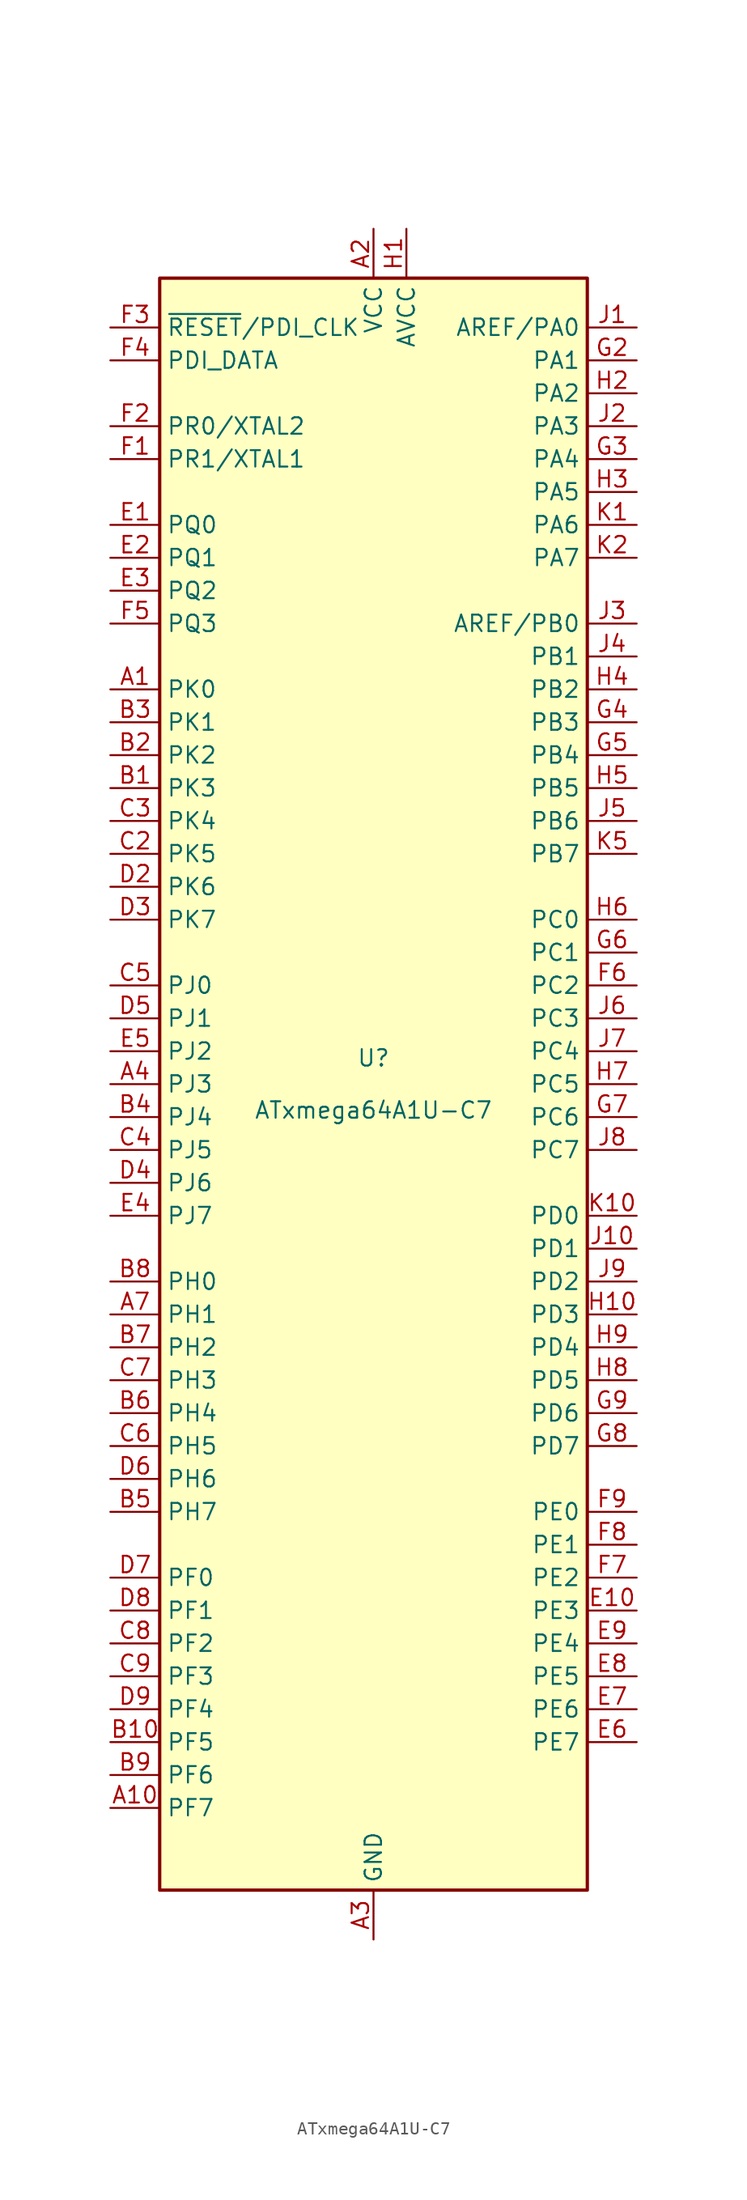
<source format=kicad_sym>
(kicad_symbol_lib
  (version 20241209)
  (generator "kicad_symbol_editor")
  (generator_version "9.0")
  (symbol "ATxmega64A1U-C7"
    (property "Reference" "U"
      (at 0 1.27 0)
      (effects (font (size 1.27 1.27)) (justify bottom)))
    (property "Value" "ATxmega64A1U-C7"
      (at 0 -1.27 0)
      (effects (font (size 1.27 1.27)) (justify top)))
    (symbol "ATxmega64A1U-C7_0_1"
      (rectangle (start -16.51 -62.23) (end 16.51 62.23) (stroke (width 0.254) (type default)) (fill (type background))))
    (symbol "ATxmega64A1U-C7_1_1"
      (pin input line (at -20.32 58.42 0) (length 3.81) (name "~{RESET}/PDI_CLK" (effects (font (size 1.27 1.27)))) (number "F3" (effects (font (size 1.27 1.27)))))
      (pin bidirectional line (at -20.32 55.88 0) (length 3.81) (name "PDI_DATA" (effects (font (size 1.27 1.27)))) (number "F4" (effects (font (size 1.27 1.27)))))
      (pin bidirectional line (at -20.32 50.8 0) (length 3.81) (name "PR0/XTAL2" (effects (font (size 1.27 1.27)))) (number "F2" (effects (font (size 1.27 1.27)))))
      (pin bidirectional line (at -20.32 48.26 0) (length 3.81) (name "PR1/XTAL1" (effects (font (size 1.27 1.27)))) (number "F1" (effects (font (size 1.27 1.27)))))
      (pin bidirectional line (at -20.32 43.18 0) (length 3.81) (name "PQ0" (effects (font (size 1.27 1.27)))) (number "E1" (effects (font (size 1.27 1.27)))))
      (pin bidirectional line (at -20.32 40.64 0) (length 3.81) (name "PQ1" (effects (font (size 1.27 1.27)))) (number "E2" (effects (font (size 1.27 1.27)))))
      (pin bidirectional line (at -20.32 38.1 0) (length 3.81) (name "PQ2" (effects (font (size 1.27 1.27)))) (number "E3" (effects (font (size 1.27 1.27)))))
      (pin bidirectional line (at -20.32 35.56 0) (length 3.81) (name "PQ3" (effects (font (size 1.27 1.27)))) (number "F5" (effects (font (size 1.27 1.27)))))
      (pin bidirectional line (at -20.32 30.48 0) (length 3.81) (name "PK0" (effects (font (size 1.27 1.27)))) (number "A1" (effects (font (size 1.27 1.27)))))
      (pin bidirectional line (at -20.32 27.94 0) (length 3.81) (name "PK1" (effects (font (size 1.27 1.27)))) (number "B3" (effects (font (size 1.27 1.27)))))
      (pin bidirectional line (at -20.32 25.4 0) (length 3.81) (name "PK2" (effects (font (size 1.27 1.27)))) (number "B2" (effects (font (size 1.27 1.27)))))
      (pin bidirectional line (at -20.32 22.86 0) (length 3.81) (name "PK3" (effects (font (size 1.27 1.27)))) (number "B1" (effects (font (size 1.27 1.27)))))
      (pin bidirectional line (at -20.32 20.32 0) (length 3.81) (name "PK4" (effects (font (size 1.27 1.27)))) (number "C3" (effects (font (size 1.27 1.27)))))
      (pin bidirectional line (at -20.32 17.78 0) (length 3.81) (name "PK5" (effects (font (size 1.27 1.27)))) (number "C2" (effects (font (size 1.27 1.27)))))
      (pin bidirectional line (at -20.32 15.24 0) (length 3.81) (name "PK6" (effects (font (size 1.27 1.27)))) (number "D2" (effects (font (size 1.27 1.27)))))
      (pin bidirectional line (at -20.32 12.7 0) (length 3.81) (name "PK7" (effects (font (size 1.27 1.27)))) (number "D3" (effects (font (size 1.27 1.27)))))
      (pin bidirectional line (at -20.32 7.62 0) (length 3.81) (name "PJ0" (effects (font (size 1.27 1.27)))) (number "C5" (effects (font (size 1.27 1.27)))))
      (pin bidirectional line (at -20.32 5.08 0) (length 3.81) (name "PJ1" (effects (font (size 1.27 1.27)))) (number "D5" (effects (font (size 1.27 1.27)))))
      (pin bidirectional line (at -20.32 2.54 0) (length 3.81) (name "PJ2" (effects (font (size 1.27 1.27)))) (number "E5" (effects (font (size 1.27 1.27)))))
      (pin bidirectional line (at -20.32 0 0) (length 3.81) (name "PJ3" (effects (font (size 1.27 1.27)))) (number "A4" (effects (font (size 1.27 1.27)))))
      (pin bidirectional line (at -20.32 -2.54 0) (length 3.81) (name "PJ4" (effects (font (size 1.27 1.27)))) (number "B4" (effects (font (size 1.27 1.27)))))
      (pin bidirectional line (at -20.32 -5.08 0) (length 3.81) (name "PJ5" (effects (font (size 1.27 1.27)))) (number "C4" (effects (font (size 1.27 1.27)))))
      (pin bidirectional line (at -20.32 -7.62 0) (length 3.81) (name "PJ6" (effects (font (size 1.27 1.27)))) (number "D4" (effects (font (size 1.27 1.27)))))
      (pin bidirectional line (at -20.32 -10.16 0) (length 3.81) (name "PJ7" (effects (font (size 1.27 1.27)))) (number "E4" (effects (font (size 1.27 1.27)))))
      (pin bidirectional line (at -20.32 -15.24 0) (length 3.81) (name "PH0" (effects (font (size 1.27 1.27)))) (number "B8" (effects (font (size 1.27 1.27)))))
      (pin bidirectional line (at -20.32 -17.78 0) (length 3.81) (name "PH1" (effects (font (size 1.27 1.27)))) (number "A7" (effects (font (size 1.27 1.27)))))
      (pin bidirectional line (at -20.32 -20.32 0) (length 3.81) (name "PH2" (effects (font (size 1.27 1.27)))) (number "B7" (effects (font (size 1.27 1.27)))))
      (pin bidirectional line (at -20.32 -22.86 0) (length 3.81) (name "PH3" (effects (font (size 1.27 1.27)))) (number "C7" (effects (font (size 1.27 1.27)))))
      (pin bidirectional line (at -20.32 -25.4 0) (length 3.81) (name "PH4" (effects (font (size 1.27 1.27)))) (number "B6" (effects (font (size 1.27 1.27)))))
      (pin bidirectional line (at -20.32 -27.94 0) (length 3.81) (name "PH5" (effects (font (size 1.27 1.27)))) (number "C6" (effects (font (size 1.27 1.27)))))
      (pin bidirectional line (at -20.32 -30.48 0) (length 3.81) (name "PH6" (effects (font (size 1.27 1.27)))) (number "D6" (effects (font (size 1.27 1.27)))))
      (pin bidirectional line (at -20.32 -33.02 0) (length 3.81) (name "PH7" (effects (font (size 1.27 1.27)))) (number "B5" (effects (font (size 1.27 1.27)))))
      (pin bidirectional line (at -20.32 -38.1 0) (length 3.81) (name "PF0" (effects (font (size 1.27 1.27)))) (number "D7" (effects (font (size 1.27 1.27)))))
      (pin bidirectional line (at -20.32 -40.64 0) (length 3.81) (name "PF1" (effects (font (size 1.27 1.27)))) (number "D8" (effects (font (size 1.27 1.27)))))
      (pin bidirectional line (at -20.32 -43.18 0) (length 3.81) (name "PF2" (effects (font (size 1.27 1.27)))) (number "C8" (effects (font (size 1.27 1.27)))))
      (pin bidirectional line (at -20.32 -45.72 0) (length 3.81) (name "PF3" (effects (font (size 1.27 1.27)))) (number "C9" (effects (font (size 1.27 1.27)))))
      (pin bidirectional line (at -20.32 -48.26 0) (length 3.81) (name "PF4" (effects (font (size 1.27 1.27)))) (number "D9" (effects (font (size 1.27 1.27)))))
      (pin bidirectional line (at -20.32 -50.8 0) (length 3.81) (name "PF5" (effects (font (size 1.27 1.27)))) (number "B10" (effects (font (size 1.27 1.27)))))
      (pin bidirectional line (at -20.32 -53.34 0) (length 3.81) (name "PF6" (effects (font (size 1.27 1.27)))) (number "B9" (effects (font (size 1.27 1.27)))))
      (pin bidirectional line (at -20.32 -55.88 0) (length 3.81) (name "PF7" (effects (font (size 1.27 1.27)))) (number "A10" (effects (font (size 1.27 1.27)))))
      (pin power_in line (at 0 66.04 270) (length 3.81) (name "VCC" (effects (font (size 1.27 1.27)))) (number "A2" (effects (font (size 1.27 1.27)))))
      (pin passive line (at 0 66.04 270) (length 3.81) (hide yes) (name "VCC" (effects (font (size 1.27 1.27)))) (number "A5" (effects (font (size 1.27 1.27)))))
      (pin passive line (at 0 66.04 270) (length 3.81) (hide yes) (name "VCC" (effects (font (size 1.27 1.27)))) (number "A9" (effects (font (size 1.27 1.27)))))
      (pin passive line (at 0 66.04 270) (length 3.81) (hide yes) (name "VCC" (effects (font (size 1.27 1.27)))) (number "C1" (effects (font (size 1.27 1.27)))))
      (pin passive line (at 0 66.04 270) (length 3.81) (hide yes) (name "VCC" (effects (font (size 1.27 1.27)))) (number "C10" (effects (font (size 1.27 1.27)))))
      (pin passive line (at 0 66.04 270) (length 3.81) (hide yes) (name "VCC" (effects (font (size 1.27 1.27)))) (number "F10" (effects (font (size 1.27 1.27)))))
      (pin passive line (at 0 66.04 270) (length 3.81) (hide yes) (name "VCC" (effects (font (size 1.27 1.27)))) (number "K6" (effects (font (size 1.27 1.27)))))
      (pin passive line (at 0 66.04 270) (length 3.81) (hide yes) (name "VCC" (effects (font (size 1.27 1.27)))) (number "K8" (effects (font (size 1.27 1.27)))))
      (pin power_in line (at 0 -66.04 90) (length 3.81) (name "GND" (effects (font (size 1.27 1.27)))) (number "A3" (effects (font (size 1.27 1.27)))))
      (pin passive line (at 0 -66.04 90) (length 3.81) (hide yes) (name "GND" (effects (font (size 1.27 1.27)))) (number "A6" (effects (font (size 1.27 1.27)))))
      (pin passive line (at 0 -66.04 90) (length 3.81) (hide yes) (name "GND" (effects (font (size 1.27 1.27)))) (number "A8" (effects (font (size 1.27 1.27)))))
      (pin passive line (at 0 -66.04 90) (length 3.81) (hide yes) (name "GND" (effects (font (size 1.27 1.27)))) (number "D1" (effects (font (size 1.27 1.27)))))
      (pin passive line (at 0 -66.04 90) (length 3.81) (hide yes) (name "GND" (effects (font (size 1.27 1.27)))) (number "D10" (effects (font (size 1.27 1.27)))))
      (pin passive line (at 0 -66.04 90) (length 3.81) (hide yes) (name "GND" (effects (font (size 1.27 1.27)))) (number "G1" (effects (font (size 1.27 1.27)))))
      (pin passive line (at 0 -66.04 90) (length 3.81) (hide yes) (name "GND" (effects (font (size 1.27 1.27)))) (number "G10" (effects (font (size 1.27 1.27)))))
      (pin passive line (at 0 -66.04 90) (length 3.81) (hide yes) (name "GND" (effects (font (size 1.27 1.27)))) (number "K3" (effects (font (size 1.27 1.27)))))
      (pin passive line (at 0 -66.04 90) (length 3.81) (hide yes) (name "GND" (effects (font (size 1.27 1.27)))) (number "K7" (effects (font (size 1.27 1.27)))))
      (pin passive line (at 0 -66.04 90) (length 3.81) (hide yes) (name "GND" (effects (font (size 1.27 1.27)))) (number "K9" (effects (font (size 1.27 1.27)))))
      (pin power_in line (at 2.54 66.04 270) (length 3.81) (name "AVCC" (effects (font (size 1.27 1.27)))) (number "H1" (effects (font (size 1.27 1.27)))))
      (pin passive line (at 2.54 66.04 270) (length 3.81) (hide yes) (name "AVCC" (effects (font (size 1.27 1.27)))) (number "K4" (effects (font (size 1.27 1.27)))))
      (pin bidirectional line (at 20.32 58.42 180) (length 3.81) (name "AREF/PA0" (effects (font (size 1.27 1.27)))) (number "J1" (effects (font (size 1.27 1.27)))))
      (pin bidirectional line (at 20.32 55.88 180) (length 3.81) (name "PA1" (effects (font (size 1.27 1.27)))) (number "G2" (effects (font (size 1.27 1.27)))))
      (pin bidirectional line (at 20.32 53.34 180) (length 3.81) (name "PA2" (effects (font (size 1.27 1.27)))) (number "H2" (effects (font (size 1.27 1.27)))))
      (pin bidirectional line (at 20.32 50.8 180) (length 3.81) (name "PA3" (effects (font (size 1.27 1.27)))) (number "J2" (effects (font (size 1.27 1.27)))))
      (pin bidirectional line (at 20.32 48.26 180) (length 3.81) (name "PA4" (effects (font (size 1.27 1.27)))) (number "G3" (effects (font (size 1.27 1.27)))))
      (pin bidirectional line (at 20.32 45.72 180) (length 3.81) (name "PA5" (effects (font (size 1.27 1.27)))) (number "H3" (effects (font (size 1.27 1.27)))))
      (pin bidirectional line (at 20.32 43.18 180) (length 3.81) (name "PA6" (effects (font (size 1.27 1.27)))) (number "K1" (effects (font (size 1.27 1.27)))))
      (pin bidirectional line (at 20.32 40.64 180) (length 3.81) (name "PA7" (effects (font (size 1.27 1.27)))) (number "K2" (effects (font (size 1.27 1.27)))))
      (pin bidirectional line (at 20.32 35.56 180) (length 3.81) (name "AREF/PB0" (effects (font (size 1.27 1.27)))) (number "J3" (effects (font (size 1.27 1.27)))))
      (pin bidirectional line (at 20.32 33.02 180) (length 3.81) (name "PB1" (effects (font (size 1.27 1.27)))) (number "J4" (effects (font (size 1.27 1.27)))))
      (pin bidirectional line (at 20.32 30.48 180) (length 3.81) (name "PB2" (effects (font (size 1.27 1.27)))) (number "H4" (effects (font (size 1.27 1.27)))))
      (pin bidirectional line (at 20.32 27.94 180) (length 3.81) (name "PB3" (effects (font (size 1.27 1.27)))) (number "G4" (effects (font (size 1.27 1.27)))))
      (pin bidirectional line (at 20.32 25.4 180) (length 3.81) (name "PB4" (effects (font (size 1.27 1.27)))) (number "G5" (effects (font (size 1.27 1.27)))))
      (pin bidirectional line (at 20.32 22.86 180) (length 3.81) (name "PB5" (effects (font (size 1.27 1.27)))) (number "H5" (effects (font (size 1.27 1.27)))))
      (pin bidirectional line (at 20.32 20.32 180) (length 3.81) (name "PB6" (effects (font (size 1.27 1.27)))) (number "J5" (effects (font (size 1.27 1.27)))))
      (pin bidirectional line (at 20.32 17.78 180) (length 3.81) (name "PB7" (effects (font (size 1.27 1.27)))) (number "K5" (effects (font (size 1.27 1.27)))))
      (pin bidirectional line (at 20.32 12.7 180) (length 3.81) (name "PC0" (effects (font (size 1.27 1.27)))) (number "H6" (effects (font (size 1.27 1.27)))))
      (pin bidirectional line (at 20.32 10.16 180) (length 3.81) (name "PC1" (effects (font (size 1.27 1.27)))) (number "G6" (effects (font (size 1.27 1.27)))))
      (pin bidirectional line (at 20.32 7.62 180) (length 3.81) (name "PC2" (effects (font (size 1.27 1.27)))) (number "F6" (effects (font (size 1.27 1.27)))))
      (pin bidirectional line (at 20.32 5.08 180) (length 3.81) (name "PC3" (effects (font (size 1.27 1.27)))) (number "J6" (effects (font (size 1.27 1.27)))))
      (pin bidirectional line (at 20.32 2.54 180) (length 3.81) (name "PC4" (effects (font (size 1.27 1.27)))) (number "J7" (effects (font (size 1.27 1.27)))))
      (pin bidirectional line (at 20.32 0 180) (length 3.81) (name "PC5" (effects (font (size 1.27 1.27)))) (number "H7" (effects (font (size 1.27 1.27)))))
      (pin bidirectional line (at 20.32 -2.54 180) (length 3.81) (name "PC6" (effects (font (size 1.27 1.27)))) (number "G7" (effects (font (size 1.27 1.27)))))
      (pin bidirectional line (at 20.32 -5.08 180) (length 3.81) (name "PC7" (effects (font (size 1.27 1.27)))) (number "J8" (effects (font (size 1.27 1.27)))))
      (pin bidirectional line (at 20.32 -10.16 180) (length 3.81) (name "PD0" (effects (font (size 1.27 1.27)))) (number "K10" (effects (font (size 1.27 1.27)))))
      (pin bidirectional line (at 20.32 -12.7 180) (length 3.81) (name "PD1" (effects (font (size 1.27 1.27)))) (number "J10" (effects (font (size 1.27 1.27)))))
      (pin bidirectional line (at 20.32 -15.24 180) (length 3.81) (name "PD2" (effects (font (size 1.27 1.27)))) (number "J9" (effects (font (size 1.27 1.27)))))
      (pin bidirectional line (at 20.32 -17.78 180) (length 3.81) (name "PD3" (effects (font (size 1.27 1.27)))) (number "H10" (effects (font (size 1.27 1.27)))))
      (pin bidirectional line (at 20.32 -20.32 180) (length 3.81) (name "PD4" (effects (font (size 1.27 1.27)))) (number "H9" (effects (font (size 1.27 1.27)))))
      (pin bidirectional line (at 20.32 -22.86 180) (length 3.81) (name "PD5" (effects (font (size 1.27 1.27)))) (number "H8" (effects (font (size 1.27 1.27)))))
      (pin bidirectional line (at 20.32 -25.4 180) (length 3.81) (name "PD6" (effects (font (size 1.27 1.27)))) (number "G9" (effects (font (size 1.27 1.27)))))
      (pin bidirectional line (at 20.32 -27.94 180) (length 3.81) (name "PD7" (effects (font (size 1.27 1.27)))) (number "G8" (effects (font (size 1.27 1.27)))))
      (pin bidirectional line (at 20.32 -33.02 180) (length 3.81) (name "PE0" (effects (font (size 1.27 1.27)))) (number "F9" (effects (font (size 1.27 1.27)))))
      (pin bidirectional line (at 20.32 -35.56 180) (length 3.81) (name "PE1" (effects (font (size 1.27 1.27)))) (number "F8" (effects (font (size 1.27 1.27)))))
      (pin bidirectional line (at 20.32 -38.1 180) (length 3.81) (name "PE2" (effects (font (size 1.27 1.27)))) (number "F7" (effects (font (size 1.27 1.27)))))
      (pin bidirectional line (at 20.32 -40.64 180) (length 3.81) (name "PE3" (effects (font (size 1.27 1.27)))) (number "E10" (effects (font (size 1.27 1.27)))))
      (pin bidirectional line (at 20.32 -43.18 180) (length 3.81) (name "PE4" (effects (font (size 1.27 1.27)))) (number "E9" (effects (font (size 1.27 1.27)))))
      (pin bidirectional line (at 20.32 -45.72 180) (length 3.81) (name "PE5" (effects (font (size 1.27 1.27)))) (number "E8" (effects (font (size 1.27 1.27)))))
      (pin bidirectional line (at 20.32 -48.26 180) (length 3.81) (name "PE6" (effects (font (size 1.27 1.27)))) (number "E7" (effects (font (size 1.27 1.27)))))
      (pin bidirectional line (at 20.32 -50.8 180) (length 3.81) (name "PE7" (effects (font (size 1.27 1.27)))) (number "E6" (effects (font (size 1.27 1.27))))))))
</source>
